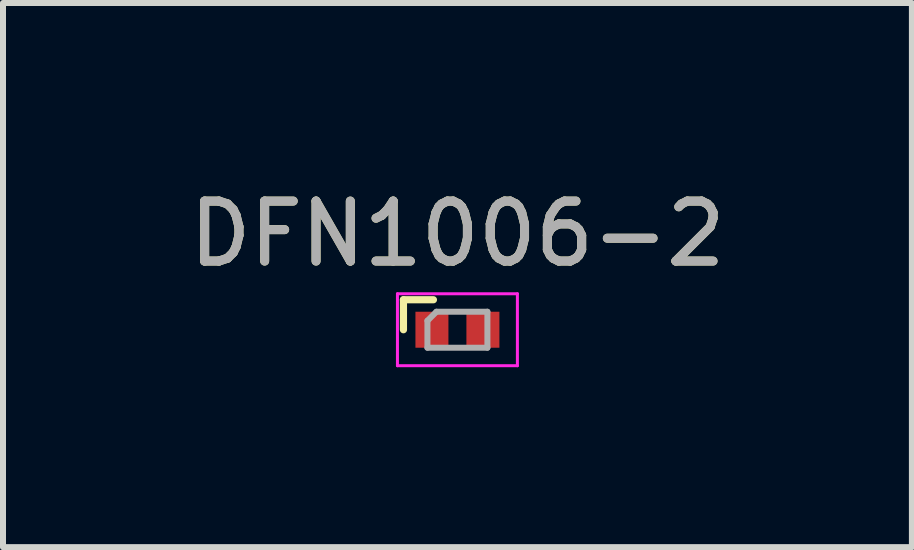
<source format=kicad_pcb>
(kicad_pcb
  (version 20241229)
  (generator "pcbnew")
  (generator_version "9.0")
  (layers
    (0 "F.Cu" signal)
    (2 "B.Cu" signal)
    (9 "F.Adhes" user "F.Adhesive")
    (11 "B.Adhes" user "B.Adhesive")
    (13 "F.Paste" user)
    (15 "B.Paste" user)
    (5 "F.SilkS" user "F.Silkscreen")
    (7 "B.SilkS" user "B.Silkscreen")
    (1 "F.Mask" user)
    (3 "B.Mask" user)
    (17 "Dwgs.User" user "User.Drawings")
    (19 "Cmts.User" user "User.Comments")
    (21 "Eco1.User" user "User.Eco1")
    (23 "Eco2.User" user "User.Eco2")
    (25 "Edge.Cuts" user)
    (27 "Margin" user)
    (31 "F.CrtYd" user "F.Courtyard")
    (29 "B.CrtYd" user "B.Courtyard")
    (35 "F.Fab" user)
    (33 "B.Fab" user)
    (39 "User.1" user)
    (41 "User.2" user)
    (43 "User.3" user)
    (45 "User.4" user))
  (footprint "DFN1006-2"
    (layer "F.Cu")
    (at 4.577 2.448)
    (property "Reference" "DFN1006-2" (at 0 -1.6 0) (layer "F.SilkS") (effects (font (size 1 1) (thickness 0.15))))
    (attr smd)
    (fp_line (start -0.9 -0.5) (end -0.9 0) (stroke (width 0.12) (type solid)) (layer "F.SilkS"))
    (fp_line (start -0.4 -0.5) (end -0.9 -0.5) (stroke (width 0.12) (type solid)) (layer "F.SilkS"))
    (fp_line (start -1 -0.6) (end 1 -0.6) (stroke (width 0.05) (type solid)) (layer "F.CrtYd"))
    (fp_line (start -1 0.6) (end -1 -0.6) (stroke (width 0.05) (type solid)) (layer "F.CrtYd"))
    (fp_line (start 1 -0.6) (end 1 0.6) (stroke (width 0.05) (type solid)) (layer "F.CrtYd"))
    (fp_line (start 1 0.6) (end -1 0.6) (stroke (width 0.05) (type solid)) (layer "F.CrtYd"))
    (fp_line (start -0.5 0.3) (end -0.5 -0.15) (stroke (width 0.1) (type solid)) (layer "F.Fab"))
    (fp_line (start -0.35 -0.3) (end -0.5 -0.15) (stroke (width 0.1) (type solid)) (layer "F.Fab"))
    (fp_line (start -0.35 -0.3) (end 0.5 -0.3) (stroke (width 0.1) (type solid)) (layer "F.Fab"))
    (fp_line (start 0.5 -0.3) (end 0.5 0.3) (stroke (width 0.1) (type solid)) (layer "F.Fab"))
    (fp_line (start 0.5 0.3) (end -0.5 0.3) (stroke (width 0.1) (type solid)) (layer "F.Fab"))
    (fp_text user "${REFERENCE}" (at 0 -1.6 0) (layer "F.Fab") (effects (font (size 1 1) (thickness 0.15))))
    (pad "1" smd rect (at -0.425 0 270) (size 0.6 0.55) (layers "F.Cu" "F.Mask" "F.Paste"))
    (pad "2" smd rect (at 0.425 0 270) (size 0.6 0.55) (layers "F.Cu" "F.Mask" "F.Paste")))
  (gr_rect
    (start -3 -3)
    (end 12.155 6.073)
    (stroke (width 0.1) (type default))
    (fill no)
    (layer "Edge.Cuts")))
</source>
